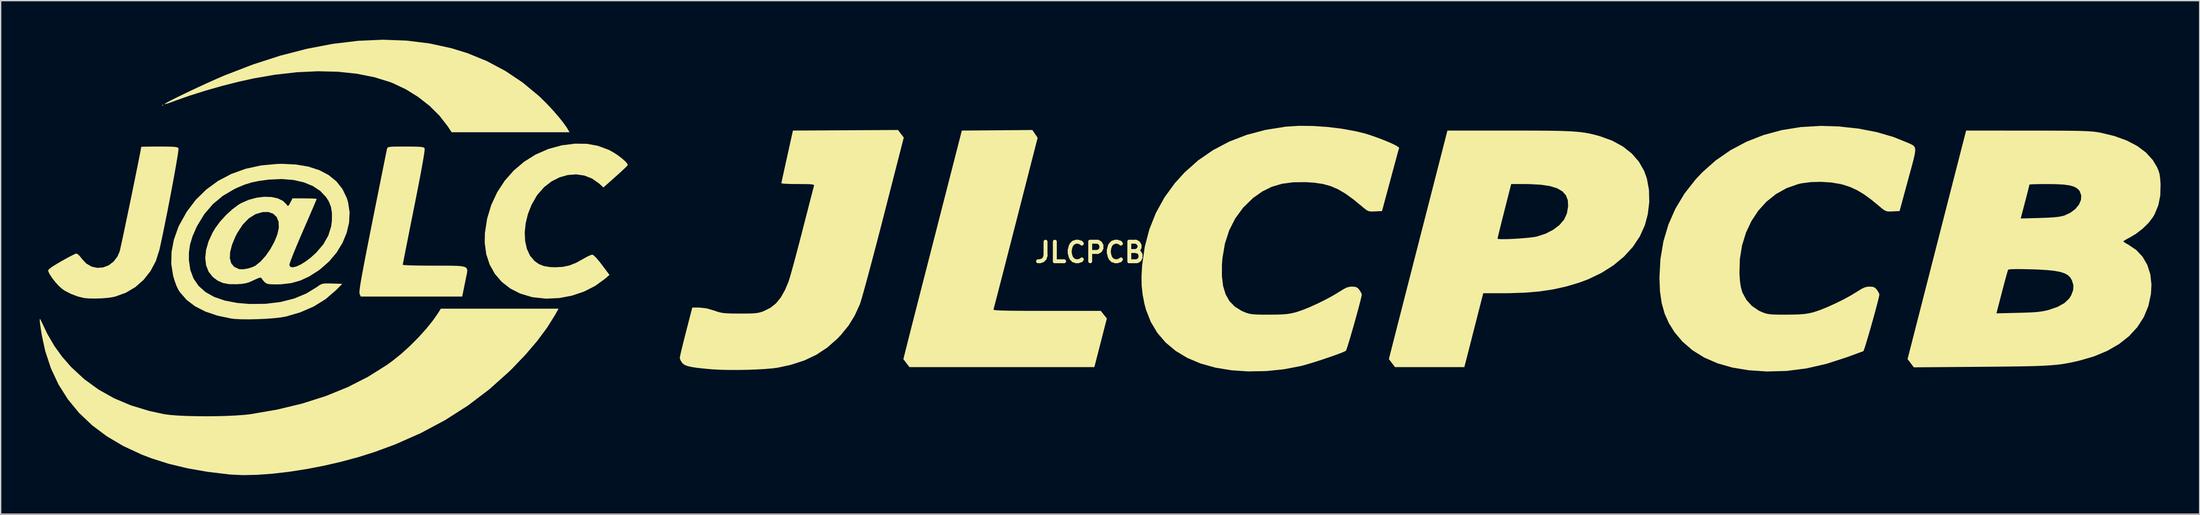
<source format=kicad_pcb>
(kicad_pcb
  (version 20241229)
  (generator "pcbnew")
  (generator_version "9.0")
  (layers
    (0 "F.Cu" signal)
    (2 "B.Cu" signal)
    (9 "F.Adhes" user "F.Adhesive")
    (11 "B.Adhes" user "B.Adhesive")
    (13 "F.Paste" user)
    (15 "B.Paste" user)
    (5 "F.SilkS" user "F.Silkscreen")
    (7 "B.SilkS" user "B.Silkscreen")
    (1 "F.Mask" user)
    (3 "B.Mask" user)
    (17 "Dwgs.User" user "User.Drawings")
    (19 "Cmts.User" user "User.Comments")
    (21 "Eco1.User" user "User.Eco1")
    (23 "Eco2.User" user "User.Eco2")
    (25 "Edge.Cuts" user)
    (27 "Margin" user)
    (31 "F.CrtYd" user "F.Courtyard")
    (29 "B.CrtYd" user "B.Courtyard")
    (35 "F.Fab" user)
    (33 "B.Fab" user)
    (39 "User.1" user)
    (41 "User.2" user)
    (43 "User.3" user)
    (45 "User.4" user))
  (footprint "JLCPCB"
    (layer "F.Cu")
    (at 80.555 16.33)
    (property "Reference" "JLCPCB" (at 0 0 0) (layer "F.SilkS") (effects (font (size 1.5 1.5) (thickness 0.3))))
    (attr board_only exclude_from_pos_files exclude_from_bom)
    (fp_poly (pts (xy -71.078 -11.303) (xy -71.12 -11.261) (xy -71.162 -11.303) (xy -71.12 -11.345)) (stroke (width 0) (type solid)) (fill yes) (layer "F.SilkS"))
    (fp_poly (pts (xy -4.2 -9.1) (xy -3.997 -8.802) (xy -5.672 -2.263) (xy -5.934 -1.24) (xy -6.184 -0.264) (xy -6.42 0.653) (xy -6.637 1.499) (xy -6.834 2.261) (xy -7.005 2.925) (xy -7.149 3.481) (xy -7.262 3.914) (xy -7.34 4.213) (xy -7.381 4.365) (xy -7.386 4.381) (xy -7.364 4.407) (xy -7.267 4.428) (xy -7.086 4.445) (xy -6.808 4.459) (xy -6.422 4.469) (xy -5.915 4.477) (xy -5.278 4.483) (xy -4.497 4.486) (xy -3.561 4.487) (xy -3.29 4.487) (xy 0.847 4.487) (xy 1.079 4.779) (xy 1.312 5.071) (xy 0.833 6.938) (xy 0.353 8.805) (xy -6.741 8.805) (xy -13.834 8.805) (xy -14.067 8.5) (xy -14.3 8.195) (xy -13.999 6.997) (xy -13.911 6.649) (xy -13.787 6.163) (xy -13.635 5.562) (xy -13.459 4.874) (xy -13.267 4.123) (xy -13.066 3.335) (xy -12.861 2.534) (xy -12.797 2.286) (xy -12.575 1.422) (xy -12.322 0.434) (xy -12.047 -0.638) (xy -11.761 -1.754) (xy -11.475 -2.873) (xy -11.197 -3.957) (xy -10.939 -4.964) (xy -10.855 -5.292) (xy -9.814 -9.356) (xy -7.108 -9.377) (xy -4.403 -9.399)) (stroke (width 0) (type solid)) (fill yes) (layer "F.SilkS"))
    (fp_poly (pts (xy -52.412 -16.263) (xy -50.655 -16.045) (xy -48.968 -15.677) (xy -47.744 -15.3) (xy -46.257 -14.692) (xy -44.837 -13.936) (xy -43.504 -13.043) (xy -42.275 -12.023) (xy -42.108 -11.866) (xy -41.643 -11.405) (xy -41.185 -10.914) (xy -40.76 -10.426) (xy -40.398 -9.974) (xy -40.126 -9.591) (xy -40.064 -9.49) (xy -39.911 -9.229) (xy -44.433 -9.229) (xy -48.956 -9.229) (xy -49.263 -9.692) (xy -49.888 -10.497) (xy -50.651 -11.253) (xy -51.523 -11.937) (xy -52.475 -12.527) (xy -53.479 -13.002) (xy -53.674 -13.078) (xy -54.896 -13.455) (xy -56.234 -13.72) (xy -57.675 -13.872) (xy -59.208 -13.91) (xy -60.822 -13.834) (xy -62.506 -13.643) (xy -64.093 -13.37) (xy -65.295 -13.106) (xy -66.558 -12.786) (xy -67.827 -12.425) (xy -69.047 -12.04) (xy -70.161 -11.647) (xy -70.31 -11.59) (xy -70.609 -11.482) (xy -70.842 -11.41) (xy -70.969 -11.386) (xy -70.98 -11.389) (xy -70.923 -11.438) (xy -70.732 -11.547) (xy -70.429 -11.706) (xy -70.034 -11.904) (xy -69.567 -12.131) (xy -69.051 -12.378) (xy -68.506 -12.635) (xy -67.953 -12.891) (xy -67.413 -13.136) (xy -66.906 -13.362) (xy -66.453 -13.556) (xy -66.357 -13.597) (xy -64.214 -14.424) (xy -62.115 -15.103) (xy -60.064 -15.633) (xy -58.065 -16.015) (xy -56.12 -16.247) (xy -54.235 -16.33)) (stroke (width 0) (type solid)) (fill yes) (layer "F.SilkS"))
    (fp_poly (pts (xy -51.963 -8.126) (xy -51.583 -8.118) (xy -51.323 -8.102) (xy -51.159 -8.075) (xy -51.068 -8.036) (xy -51.03 -7.994) (xy -51.027 -7.875) (xy -51.062 -7.591) (xy -51.133 -7.145) (xy -51.24 -6.537) (xy -51.383 -5.768) (xy -51.562 -4.84) (xy -51.776 -3.754) (xy -51.83 -3.487) (xy -51.997 -2.65) (xy -52.154 -1.863) (xy -52.297 -1.142) (xy -52.424 -0.502) (xy -52.531 0.041) (xy -52.615 0.471) (xy -52.673 0.773) (xy -52.702 0.931) (xy -52.705 0.951) (xy -52.624 0.968) (xy -52.395 0.983) (xy -52.04 0.996) (xy -51.579 1.006) (xy -51.036 1.013) (xy -50.43 1.016) (xy -50.347 1.016) (xy -49.602 1.016) (xy -49.009 1.019) (xy -48.553 1.031) (xy -48.217 1.057) (xy -47.986 1.103) (xy -47.843 1.174) (xy -47.771 1.276) (xy -47.756 1.414) (xy -47.779 1.594) (xy -47.826 1.82) (xy -47.835 1.863) (xy -47.914 2.251) (xy -47.998 2.663) (xy -48.046 2.9) (xy -48.145 3.387) (xy -52.035 3.387) (xy -55.926 3.387) (xy -56.016 3.189) (xy -56.029 3.119) (xy -56.026 2.988) (xy -56.006 2.788) (xy -55.966 2.505) (xy -55.904 2.131) (xy -55.819 1.653) (xy -55.709 1.062) (xy -55.572 0.345) (xy -55.405 -0.507) (xy -55.208 -1.506) (xy -55.034 -2.378) (xy -54.848 -3.312) (xy -54.67 -4.2) (xy -54.504 -5.028) (xy -54.353 -5.781) (xy -54.22 -6.445) (xy -54.107 -7.005) (xy -54.018 -7.448) (xy -53.955 -7.757) (xy -53.921 -7.919) (xy -53.917 -7.938) (xy -53.895 -8.008) (xy -53.852 -8.059) (xy -53.761 -8.092) (xy -53.599 -8.113) (xy -53.34 -8.124) (xy -52.959 -8.127) (xy -52.488 -8.128)) (stroke (width 0) (type solid)) (fill yes) (layer "F.SilkS"))
    (fp_poly (pts (xy -38.582 -8.339) (xy -37.735 -8.185) (xy -36.92 -7.882) (xy -36.823 -7.835) (xy -36.509 -7.66) (xy -36.189 -7.447) (xy -35.892 -7.22) (xy -35.649 -7.005) (xy -35.489 -6.825) (xy -35.444 -6.707) (xy -35.445 -6.704) (xy -35.516 -6.62) (xy -35.691 -6.448) (xy -35.947 -6.208) (xy -36.259 -5.924) (xy -36.393 -5.805) (xy -37.31 -4.989) (xy -37.652 -5.298) (xy -38.186 -5.673) (xy -38.777 -5.903) (xy -39.404 -5.992) (xy -40.047 -5.943) (xy -40.683 -5.762) (xy -41.292 -5.453) (xy -41.852 -5.019) (xy -42.343 -4.466) (xy -42.448 -4.317) (xy -42.825 -3.651) (xy -43.101 -2.95) (xy -43.276 -2.238) (xy -43.348 -1.538) (xy -43.317 -0.875) (xy -43.182 -0.272) (xy -42.943 0.247) (xy -42.6 0.655) (xy -42.259 0.897) (xy -41.871 1.049) (xy -41.393 1.126) (xy -40.979 1.14) (xy -40.421 1.108) (xy -39.918 1) (xy -39.412 0.799) (xy -38.877 0.505) (xy -38.589 0.343) (xy -38.34 0.224) (xy -38.18 0.17) (xy -38.166 0.169) (xy -38.042 0.239) (xy -37.842 0.438) (xy -37.58 0.751) (xy -37.429 0.948) (xy -36.846 1.726) (xy -37.177 2.014) (xy -37.94 2.569) (xy -38.804 3.008) (xy -39.739 3.322) (xy -40.716 3.505) (xy -41.707 3.549) (xy -42.684 3.448) (xy -42.841 3.416) (xy -43.707 3.155) (xy -44.466 2.765) (xy -45.113 2.259) (xy -45.639 1.645) (xy -46.037 0.935) (xy -46.299 0.139) (xy -46.417 -0.733) (xy -46.404 -1.482) (xy -46.232 -2.598) (xy -45.915 -3.647) (xy -45.461 -4.619) (xy -44.884 -5.503) (xy -44.192 -6.287) (xy -43.396 -6.962) (xy -42.508 -7.517) (xy -41.537 -7.942) (xy -40.495 -8.225) (xy -39.497 -8.351)) (stroke (width 0) (type solid)) (fill yes) (layer "F.SilkS"))
    (fp_poly (pts (xy -41.024 4.805) (xy -41.632 5.778) (xy -42.39 6.796) (xy -43.286 7.847) (xy -44.311 8.919) (xy -44.543 9.147) (xy -46.066 10.511) (xy -47.698 11.75) (xy -49.441 12.866) (xy -51.299 13.86) (xy -53.274 14.734) (xy -54.86 15.321) (xy -56.109 15.714) (xy -57.415 16.067) (xy -58.751 16.375) (xy -60.093 16.634) (xy -61.413 16.84) (xy -62.686 16.988) (xy -63.886 17.075) (xy -64.986 17.098) (xy -65.961 17.051) (xy -65.998 17.047) (xy -67.675 16.846) (xy -69.217 16.576) (xy -70.645 16.233) (xy -71.978 15.81) (xy -72.729 15.523) (xy -74.137 14.869) (xy -75.409 14.117) (xy -76.543 13.267) (xy -77.54 12.32) (xy -78.398 11.276) (xy -79.117 10.138) (xy -79.695 8.905) (xy -80.133 7.579) (xy -80.39 6.396) (xy -80.457 5.989) (xy -80.51 5.629) (xy -80.545 5.358) (xy -80.555 5.22) (xy -80.544 5.103) (xy -80.51 5.132) (xy -80.456 5.249) (xy -79.96 6.281) (xy -79.433 7.184) (xy -78.847 7.998) (xy -78.176 8.766) (xy -78.131 8.813) (xy -77.135 9.735) (xy -76.046 10.528) (xy -74.858 11.196) (xy -73.562 11.743) (xy -72.151 12.171) (xy -71.035 12.414) (xy -70.595 12.474) (xy -70.018 12.521) (xy -69.336 12.554) (xy -68.581 12.574) (xy -67.785 12.58) (xy -66.981 12.573) (xy -66.2 12.552) (xy -65.474 12.517) (xy -64.835 12.47) (xy -64.389 12.419) (xy -62.348 12.068) (xy -60.421 11.604) (xy -58.611 11.028) (xy -56.923 10.34) (xy -55.358 9.542) (xy -53.92 8.636) (xy -53.476 8.314) (xy -52.827 7.791) (xy -52.161 7.186) (xy -51.511 6.534) (xy -50.911 5.87) (xy -50.393 5.228) (xy -50.028 4.705) (xy -49.784 4.318) (xy -45.267 4.318) (xy -40.751 4.318)) (stroke (width 0) (type solid)) (fill yes) (layer "F.SilkS"))
    (fp_poly (pts (xy -70.851 -8.126) (xy -70.469 -8.118) (xy -70.207 -8.102) (xy -70.043 -8.076) (xy -69.95 -8.037) (xy -69.91 -7.994) (xy -69.912 -7.889) (xy -69.945 -7.637) (xy -70.004 -7.257) (xy -70.087 -6.769) (xy -70.188 -6.192) (xy -70.306 -5.544) (xy -70.436 -4.845) (xy -70.575 -4.114) (xy -70.719 -3.37) (xy -70.865 -2.632) (xy -71.008 -1.92) (xy -71.146 -1.252) (xy -71.275 -0.648) (xy -71.378 -0.185) (xy -71.651 0.667) (xy -72.059 1.435) (xy -72.588 2.105) (xy -73.223 2.663) (xy -73.951 3.095) (xy -74.757 3.387) (xy -74.948 3.431) (xy -75.333 3.489) (xy -75.811 3.527) (xy -76.318 3.542) (xy -76.79 3.534) (xy -77.161 3.5) (xy -77.174 3.498) (xy -77.665 3.374) (xy -78.178 3.177) (xy -78.638 2.939) (xy -78.825 2.812) (xy -79.086 2.58) (xy -79.361 2.277) (xy -79.615 1.951) (xy -79.811 1.648) (xy -79.911 1.423) (xy -79.89 1.342) (xy -79.778 1.229) (xy -79.56 1.073) (xy -79.217 0.861) (xy -78.912 0.682) (xy -78.528 0.466) (xy -78.189 0.285) (xy -77.924 0.154) (xy -77.764 0.089) (xy -77.74 0.085) (xy -77.621 0.15) (xy -77.456 0.318) (xy -77.337 0.474) (xy -76.99 0.851) (xy -76.583 1.087) (xy -76.145 1.185) (xy -75.7 1.153) (xy -75.275 0.993) (xy -74.898 0.711) (xy -74.594 0.312) (xy -74.433 -0.052) (xy -74.399 -0.185) (xy -74.337 -0.461) (xy -74.249 -0.86) (xy -74.142 -1.361) (xy -74.018 -1.946) (xy -73.883 -2.592) (xy -73.739 -3.282) (xy -73.591 -3.993) (xy -73.444 -4.707) (xy -73.302 -5.403) (xy -73.168 -6.062) (xy -73.047 -6.662) (xy -72.943 -7.184) (xy -72.859 -7.608) (xy -72.802 -7.914) (xy -72.773 -8.082) (xy -72.771 -8.104) (xy -72.691 -8.112) (xy -72.47 -8.119) (xy -72.135 -8.124) (xy -71.714 -8.127) (xy -71.378 -8.128)) (stroke (width 0) (type solid)) (fill yes) (layer "F.SilkS"))
    (fp_poly (pts (xy 33.29 -9.355) (xy 34.248 -9.352) (xy 35.07 -9.346) (xy 35.769 -9.336) (xy 36.364 -9.321) (xy 36.869 -9.299) (xy 37.3 -9.27) (xy 37.674 -9.234) (xy 38.007 -9.188) (xy 38.314 -9.132) (xy 38.612 -9.064) (xy 38.916 -8.985) (xy 39.155 -8.917) (xy 40.084 -8.58) (xy 40.893 -8.139) (xy 41.575 -7.602) (xy 42.124 -6.974) (xy 42.532 -6.261) (xy 42.743 -5.673) (xy 42.903 -4.796) (xy 42.926 -3.867) (xy 42.812 -2.928) (xy 42.588 -2.088) (xy 42.203 -1.231) (xy 41.667 -0.426) (xy 40.99 0.316) (xy 40.184 0.986) (xy 39.261 1.572) (xy 38.233 2.066) (xy 37.55 2.319) (xy 36.567 2.612) (xy 35.573 2.834) (xy 34.533 2.992) (xy 33.412 3.089) (xy 32.175 3.13) (xy 31.757 3.133) (xy 30.19 3.133) (xy 30.108 3.45) (xy 30.065 3.616) (xy 29.987 3.921) (xy 29.88 4.339) (xy 29.751 4.845) (xy 29.606 5.413) (xy 29.464 5.969) (xy 29.311 6.572) (xy 29.167 7.135) (xy 29.039 7.635) (xy 28.934 8.045) (xy 28.859 8.34) (xy 28.82 8.488) (xy 28.738 8.805) (xy 26.078 8.805) (xy 23.419 8.805) (xy 23.184 8.497) (xy 22.949 8.189) (xy 23.577 5.724) (xy 23.704 5.228) (xy 23.868 4.588) (xy 24.063 3.823) (xy 24.286 2.954) (xy 24.53 2.002) (xy 24.79 0.984) (xy 25.062 -0.077) (xy 25.313 -1.056) (xy 31.284 -1.056) (xy 31.363 -1.029) (xy 31.579 -1.018) (xy 31.899 -1.019) (xy 32.293 -1.032) (xy 32.727 -1.055) (xy 33.171 -1.085) (xy 33.592 -1.122) (xy 33.958 -1.163) (xy 34.238 -1.207) (xy 34.312 -1.223) (xy 34.978 -1.441) (xy 35.561 -1.742) (xy 36.04 -2.108) (xy 36.393 -2.523) (xy 36.6 -2.971) (xy 36.608 -3.002) (xy 36.701 -3.544) (xy 36.678 -4.003) (xy 36.534 -4.383) (xy 36.263 -4.688) (xy 35.858 -4.922) (xy 35.313 -5.09) (xy 34.622 -5.196) (xy 33.779 -5.244) (xy 33.396 -5.249) (xy 32.333 -5.249) (xy 31.809 -3.185) (xy 31.665 -2.618) (xy 31.537 -2.105) (xy 31.429 -1.67) (xy 31.347 -1.335) (xy 31.298 -1.122) (xy 31.284 -1.056) (xy 25.313 -1.056) (xy 25.34 -1.163) (xy 25.62 -2.253) (xy 25.824 -3.048) (xy 27.441 -9.356) (xy 32.178 -9.356)) (stroke (width 0) (type solid)) (fill yes) (layer "F.SilkS"))
    (fp_poly (pts (xy -14.49 -9.109) (xy -14.268 -8.819) (xy -15.826 -2.737) (xy -16.084 -1.734) (xy -16.336 -0.765) (xy -16.578 0.156) (xy -16.805 1.013) (xy -17.014 1.792) (xy -17.2 2.478) (xy -17.361 3.057) (xy -17.491 3.515) (xy -17.588 3.835) (xy -17.641 3.993) (xy -18.037 4.858) (xy -18.505 5.617) (xy -19.083 6.328) (xy -19.389 6.646) (xy -20.146 7.311) (xy -20.974 7.857) (xy -21.894 8.293) (xy -22.925 8.629) (xy -23.918 8.845) (xy -24.347 8.903) (xy -24.907 8.95) (xy -25.561 8.987) (xy -26.272 9.013) (xy -27.002 9.025) (xy -27.713 9.024) (xy -28.368 9.009) (xy -28.93 8.978) (xy -28.984 8.974) (xy -29.655 8.913) (xy -30.178 8.854) (xy -30.574 8.792) (xy -30.864 8.722) (xy -31.069 8.64) (xy -31.211 8.542) (xy -31.263 8.486) (xy -31.393 8.288) (xy -31.453 8.115) (xy -31.453 8.104) (xy -31.433 7.981) (xy -31.376 7.72) (xy -31.287 7.346) (xy -31.175 6.885) (xy -31.043 6.362) (xy -30.974 6.093) (xy -30.494 4.233) (xy -29.973 4.233) (xy -29.398 4.295) (xy -28.823 4.462) (xy -28.571 4.549) (xy -28.35 4.611) (xy -28.119 4.652) (xy -27.844 4.676) (xy -27.484 4.689) (xy -27.004 4.693) (xy -26.839 4.693) (xy -26.316 4.692) (xy -25.927 4.684) (xy -25.636 4.665) (xy -25.411 4.631) (xy -25.214 4.58) (xy -25.011 4.506) (xy -24.984 4.495) (xy -24.485 4.242) (xy -24.062 3.901) (xy -23.698 3.45) (xy -23.374 2.87) (xy -23.117 2.259) (xy -23.05 2.054) (xy -22.947 1.707) (xy -22.815 1.238) (xy -22.659 0.669) (xy -22.486 0.021) (xy -22.3 -0.685) (xy -22.107 -1.427) (xy -22.057 -1.624) (xy -21.87 -2.352) (xy -21.696 -3.032) (xy -21.538 -3.647) (xy -21.401 -4.177) (xy -21.29 -4.604) (xy -21.21 -4.911) (xy -21.166 -5.078) (xy -21.159 -5.101) (xy -21.153 -5.158) (xy -21.193 -5.198) (xy -21.302 -5.225) (xy -21.505 -5.24) (xy -21.824 -5.247) (xy -22.285 -5.249) (xy -22.389 -5.249) (xy -22.831 -5.253) (xy -23.206 -5.264) (xy -23.485 -5.281) (xy -23.639 -5.301) (xy -23.659 -5.313) (xy -23.64 -5.41) (xy -23.59 -5.649) (xy -23.512 -6.006) (xy -23.413 -6.458) (xy -23.298 -6.981) (xy -23.213 -7.366) (xy -22.771 -9.356) (xy -18.741 -9.378) (xy -14.711 -9.4)) (stroke (width 0) (type solid)) (fill yes) (layer "F.SilkS"))
    (fp_poly (pts (xy 57.468 -9.671) (xy 58.987 -9.505) (xy 60.38 -9.236) (xy 61.656 -8.863) (xy 62.647 -8.465) (xy 62.878 -8.364) (xy 63.061 -8.28) (xy 63.196 -8.195) (xy 63.284 -8.09) (xy 63.327 -7.945) (xy 63.324 -7.741) (xy 63.277 -7.458) (xy 63.188 -7.078) (xy 63.056 -6.581) (xy 62.883 -5.948) (xy 62.785 -5.588) (xy 62.13 -3.175) (xy 61.599 -3.15) (xy 61.322 -3.141) (xy 61.13 -3.162) (xy 60.964 -3.236) (xy 60.767 -3.383) (xy 60.591 -3.533) (xy 59.951 -4.059) (xy 59.384 -4.47) (xy 58.859 -4.784) (xy 58.344 -5.02) (xy 57.808 -5.196) (xy 57.615 -5.245) (xy 56.894 -5.369) (xy 56.108 -5.42) (xy 55.323 -5.399) (xy 54.601 -5.305) (xy 54.365 -5.252) (xy 53.468 -4.938) (xy 52.651 -4.483) (xy 51.921 -3.9) (xy 51.287 -3.201) (xy 50.758 -2.398) (xy 50.341 -1.505) (xy 50.044 -0.532) (xy 49.876 0.506) (xy 49.846 1.598) (xy 49.848 1.651) (xy 49.883 2.192) (xy 49.944 2.614) (xy 50.037 2.97) (xy 50.079 3.09) (xy 50.373 3.636) (xy 50.799 4.106) (xy 51.327 4.469) (xy 51.572 4.582) (xy 51.773 4.657) (xy 51.963 4.711) (xy 52.177 4.746) (xy 52.448 4.766) (xy 52.811 4.776) (xy 53.3 4.777) (xy 53.467 4.777) (xy 54.036 4.771) (xy 54.476 4.756) (xy 54.825 4.728) (xy 55.125 4.684) (xy 55.415 4.619) (xy 55.541 4.585) (xy 55.999 4.434) (xy 56.553 4.212) (xy 57.158 3.94) (xy 57.768 3.64) (xy 58.339 3.333) (xy 58.824 3.04) (xy 58.857 3.019) (xy 59.191 2.811) (xy 59.444 2.689) (xy 59.664 2.634) (xy 59.832 2.625) (xy 60.092 2.644) (xy 60.26 2.724) (xy 60.394 2.875) (xy 60.517 3.068) (xy 60.578 3.216) (xy 60.579 3.231) (xy 60.557 3.365) (xy 60.496 3.627) (xy 60.403 3.992) (xy 60.286 4.433) (xy 60.152 4.925) (xy 60.008 5.441) (xy 59.862 5.954) (xy 59.721 6.44) (xy 59.593 6.871) (xy 59.484 7.222) (xy 59.403 7.467) (xy 59.356 7.579) (xy 59.351 7.583) (xy 59.245 7.621) (xy 59.011 7.706) (xy 58.679 7.828) (xy 58.281 7.975) (xy 58.112 8.037) (xy 56.535 8.549) (xy 54.994 8.903) (xy 53.472 9.099) (xy 51.954 9.141) (xy 50.546 9.046) (xy 49.298 8.839) (xy 48.164 8.514) (xy 47.146 8.073) (xy 46.247 7.516) (xy 45.471 6.846) (xy 44.865 6.127) (xy 44.429 5.429) (xy 44.102 4.691) (xy 43.877 3.886) (xy 43.748 2.987) (xy 43.706 1.966) (xy 43.706 1.947) (xy 43.782 0.513) (xy 44.012 -0.85) (xy 44.395 -2.14) (xy 44.932 -3.36) (xy 45.623 -4.51) (xy 46.468 -5.59) (xy 46.988 -6.144) (xy 48.019 -7.06) (xy 49.153 -7.845) (xy 50.381 -8.498) (xy 51.695 -9.013) (xy 53.087 -9.39) (xy 54.548 -9.625) (xy 56.069 -9.715)) (stroke (width 0) (type solid)) (fill yes) (layer "F.SilkS"))
    (fp_poly (pts (xy 17.11 -9.709) (xy 18.229 -9.634) (xy 19.345 -9.497) (xy 20.407 -9.303) (xy 21.082 -9.139) (xy 21.463 -9.023) (xy 21.905 -8.87) (xy 22.368 -8.698) (xy 22.811 -8.521) (xy 23.191 -8.356) (xy 23.468 -8.219) (xy 23.541 -8.176) (xy 23.736 -8.048) (xy 23.478 -7.093) (xy 23.365 -6.676) (xy 23.223 -6.149) (xy 23.066 -5.565) (xy 22.908 -4.977) (xy 22.821 -4.657) (xy 22.423 -3.175) (xy 21.891 -3.15) (xy 21.614 -3.141) (xy 21.421 -3.162) (xy 21.256 -3.236) (xy 21.059 -3.383) (xy 20.882 -3.533) (xy 20.204 -4.089) (xy 19.598 -4.525) (xy 19.031 -4.856) (xy 18.471 -5.094) (xy 17.884 -5.255) (xy 17.239 -5.352) (xy 16.583 -5.396) (xy 15.606 -5.386) (xy 14.739 -5.269) (xy 13.958 -5.036) (xy 13.237 -4.68) (xy 12.55 -4.193) (xy 12.505 -4.155) (xy 11.766 -3.434) (xy 11.163 -2.612) (xy 10.698 -1.692) (xy 10.37 -0.675) (xy 10.181 0.437) (xy 10.142 0.947) (xy 10.14 1.835) (xy 10.233 2.589) (xy 10.425 3.221) (xy 10.721 3.741) (xy 11.127 4.158) (xy 11.647 4.484) (xy 11.889 4.591) (xy 12.083 4.663) (xy 12.274 4.714) (xy 12.496 4.747) (xy 12.781 4.767) (xy 13.164 4.776) (xy 13.678 4.778) (xy 13.758 4.778) (xy 14.323 4.773) (xy 14.758 4.759) (xy 15.103 4.733) (xy 15.398 4.69) (xy 15.682 4.627) (xy 15.833 4.587) (xy 16.292 4.434) (xy 16.847 4.211) (xy 17.453 3.938) (xy 18.064 3.637) (xy 18.634 3.33) (xy 19.118 3.038) (xy 19.148 3.019) (xy 19.483 2.811) (xy 19.735 2.689) (xy 19.956 2.634) (xy 20.123 2.625) (xy 20.383 2.644) (xy 20.551 2.724) (xy 20.685 2.875) (xy 20.808 3.069) (xy 20.869 3.218) (xy 20.87 3.233) (xy 20.848 3.366) (xy 20.787 3.629) (xy 20.693 3.995) (xy 20.576 4.438) (xy 20.441 4.93) (xy 20.297 5.446) (xy 20.151 5.959) (xy 20.011 6.442) (xy 19.883 6.87) (xy 19.776 7.215) (xy 19.697 7.451) (xy 19.654 7.551) (xy 19.652 7.552) (xy 19.487 7.633) (xy 19.192 7.752) (xy 18.797 7.897) (xy 18.334 8.059) (xy 17.836 8.227) (xy 17.333 8.39) (xy 16.857 8.537) (xy 16.441 8.657) (xy 16.189 8.723) (xy 14.893 8.972) (xy 13.526 9.111) (xy 12.145 9.135) (xy 10.88 9.05) (xy 9.633 8.846) (xy 8.5 8.527) (xy 7.486 8.099) (xy 6.593 7.562) (xy 5.826 6.921) (xy 5.188 6.178) (xy 4.683 5.336) (xy 4.314 4.398) (xy 4.194 3.945) (xy 4.057 3.237) (xy 3.983 2.559) (xy 3.971 1.85) (xy 4.015 1.047) (xy 4.021 0.978) (xy 4.222 -0.436) (xy 4.573 -1.773) (xy 5.075 -3.032) (xy 5.727 -4.214) (xy 6.529 -5.317) (xy 7.279 -6.144) (xy 8.316 -7.066) (xy 9.456 -7.853) (xy 10.697 -8.507) (xy 12.038 -9.025) (xy 13.477 -9.407) (xy 15.012 -9.652) (xy 15.071 -9.658) (xy 16.04 -9.719)) (stroke (width 0) (type solid)) (fill yes) (layer "F.SilkS"))
    (fp_poly (pts (xy 71.972 -9.353) (xy 73.01 -9.352) (xy 73.895 -9.35) (xy 74.641 -9.346) (xy 75.265 -9.34) (xy 75.78 -9.332) (xy 76.203 -9.321) (xy 76.549 -9.306) (xy 76.834 -9.288) (xy 77.073 -9.266) (xy 77.28 -9.239) (xy 77.473 -9.207) (xy 77.512 -9.199) (xy 78.594 -8.941) (xy 79.543 -8.599) (xy 80.355 -8.177) (xy 81.025 -7.676) (xy 81.55 -7.1) (xy 81.874 -6.562) (xy 81.993 -6.289) (xy 82.07 -6.033) (xy 82.117 -5.737) (xy 82.146 -5.346) (xy 82.153 -5.19) (xy 82.129 -4.359) (xy 81.981 -3.62) (xy 81.701 -2.942) (xy 81.565 -2.705) (xy 81.231 -2.266) (xy 80.782 -1.827) (xy 80.269 -1.431) (xy 79.825 -1.165) (xy 79.563 -1.024) (xy 79.372 -0.911) (xy 79.291 -0.849) (xy 79.291 -0.847) (xy 79.359 -0.787) (xy 79.533 -0.678) (xy 79.685 -0.594) (xy 80.295 -0.181) (xy 80.781 0.344) (xy 81.14 0.968) (xy 81.366 1.679) (xy 81.454 2.466) (xy 81.414 3.198) (xy 81.218 4.112) (xy 80.87 4.958) (xy 80.376 5.73) (xy 79.741 6.423) (xy 78.969 7.034) (xy 78.068 7.555) (xy 77.041 7.984) (xy 75.954 8.3) (xy 75.582 8.387) (xy 75.237 8.461) (xy 74.904 8.524) (xy 74.564 8.578) (xy 74.204 8.623) (xy 73.806 8.659) (xy 73.355 8.689) (xy 72.835 8.713) (xy 72.229 8.732) (xy 71.521 8.747) (xy 70.696 8.759) (xy 69.738 8.77) (xy 68.629 8.779) (xy 68.358 8.782) (xy 63.225 8.822) (xy 62.984 8.506) (xy 62.742 8.189) (xy 63.449 5.428) (xy 63.635 4.703) (xy 63.641 4.678) (xy 69.561 4.678) (xy 71.229 4.638) (xy 71.852 4.621) (xy 72.34 4.599) (xy 72.726 4.569) (xy 73.045 4.528) (xy 73.33 4.474) (xy 73.604 4.405) (xy 74.269 4.173) (xy 74.781 3.885) (xy 75.144 3.537) (xy 75.29 3.305) (xy 75.446 2.896) (xy 75.464 2.524) (xy 75.36 2.163) (xy 75.235 1.938) (xy 75.054 1.755) (xy 74.8 1.61) (xy 74.457 1.498) (xy 74.006 1.414) (xy 73.431 1.354) (xy 72.715 1.313) (xy 72.212 1.296) (xy 71.59 1.282) (xy 71.092 1.279) (xy 70.729 1.288) (xy 70.514 1.308) (xy 70.459 1.329) (xy 70.423 1.433) (xy 70.352 1.674) (xy 70.254 2.028) (xy 70.136 2.466) (xy 70.005 2.963) (xy 69.984 3.045) (xy 69.561 4.678) (xy 63.641 4.678) (xy 63.852 3.852) (xy 64.092 2.914) (xy 64.344 1.929) (xy 64.598 0.935) (xy 64.845 -0.029) (xy 65.074 -0.924) (xy 65.076 -0.931) (xy 65.299 -1.805) (xy 65.504 -2.606) (xy 71.424 -2.606) (xy 72.881 -2.645) (xy 73.501 -2.667) (xy 73.98 -2.697) (xy 74.345 -2.737) (xy 74.623 -2.79) (xy 74.776 -2.835) (xy 75.241 -3.051) (xy 75.616 -3.335) (xy 75.888 -3.666) (xy 76.044 -4.019) (xy 76.068 -4.372) (xy 75.949 -4.7) (xy 75.899 -4.77) (xy 75.727 -4.934) (xy 75.487 -5.059) (xy 75.159 -5.149) (xy 74.723 -5.208) (xy 74.158 -5.24) (xy 73.475 -5.249) (xy 73.013 -5.247) (xy 72.617 -5.241) (xy 72.314 -5.231) (xy 72.133 -5.22) (xy 72.094 -5.211) (xy 72.073 -5.119) (xy 72.017 -4.893) (xy 71.933 -4.561) (xy 71.827 -4.152) (xy 71.759 -3.889) (xy 71.424 -2.606) (xy 65.504 -2.606) (xy 65.536 -2.73) (xy 65.777 -3.671) (xy 66.013 -4.592) (xy 66.235 -5.459) (xy 66.434 -6.235) (xy 66.601 -6.886) (xy 66.616 -6.943) (xy 67.235 -9.356)) (stroke (width 0) (type solid)) (fill yes) (layer "F.SilkS"))
    (fp_poly (pts (xy -60.905 -6.75) (xy -59.947 -6.588) (xy -59.107 -6.316) (xy -58.388 -5.937) (xy -57.795 -5.453) (xy -57.331 -4.866) (xy -57 -4.179) (xy -56.899 -3.849) (xy -56.784 -3.082) (xy -56.824 -2.292) (xy -57.01 -1.499) (xy -57.333 -0.724) (xy -57.783 0.013) (xy -58.353 0.69) (xy -59.033 1.289) (xy -59.174 1.392) (xy -59.886 1.845) (xy -60.568 2.162) (xy -61.264 2.357) (xy -62.021 2.445) (xy -62.382 2.454) (xy -62.75 2.45) (xy -62.992 2.431) (xy -63.15 2.387) (xy -63.268 2.311) (xy -63.322 2.26) (xy -63.469 2.093) (xy -63.552 1.962) (xy -63.552 1.96) (xy -63.631 1.93) (xy -63.826 1.988) (xy -64.136 2.131) (xy -64.454 2.276) (xy -64.739 2.365) (xy -65.06 2.416) (xy -65.429 2.441) (xy -66.02 2.436) (xy -66.498 2.348) (xy -66.906 2.167) (xy -67.276 1.888) (xy -67.599 1.486) (xy -67.793 0.993) (xy -67.855 0.452) (xy -65.97 0.452) (xy -65.868 0.83) (xy -65.644 1.104) (xy -65.3 1.268) (xy -65.193 1.291) (xy -64.905 1.291) (xy -64.547 1.225) (xy -64.2 1.112) (xy -64.01 1.017) (xy -63.615 0.701) (xy -63.222 0.261) (xy -62.859 -0.261) (xy -62.553 -0.82) (xy -62.329 -1.374) (xy -62.215 -1.879) (xy -62.214 -1.886) (xy -62.231 -2.351) (xy -62.379 -2.717) (xy -62.644 -2.972) (xy -63.014 -3.102) (xy -63.434 -3.101) (xy -64 -2.939) (xy -64.516 -2.617) (xy -64.984 -2.132) (xy -65.405 -1.486) (xy -65.538 -1.228) (xy -65.806 -0.584) (xy -65.95 -0.022) (xy -65.97 0.452) (xy -67.855 0.452) (xy -67.858 0.428) (xy -67.795 -0.193) (xy -67.605 -0.852) (xy -67.29 -1.532) (xy -67.084 -1.875) (xy -66.715 -2.373) (xy -66.266 -2.866) (xy -65.78 -3.312) (xy -65.302 -3.667) (xy -65.088 -3.793) (xy -64.513 -4.042) (xy -63.918 -4.202) (xy -63.331 -4.272) (xy -62.779 -4.255) (xy -62.292 -4.149) (xy -61.898 -3.957) (xy -61.645 -3.71) (xy -61.554 -3.592) (xy -61.488 -3.575) (xy -61.41 -3.677) (xy -61.307 -3.873) (xy -61.167 -4.149) (xy -60.238 -4.149) (xy -59.864 -4.145) (xy -59.562 -4.135) (xy -59.367 -4.121) (xy -59.309 -4.106) (xy -59.342 -4.021) (xy -59.434 -3.8) (xy -59.578 -3.461) (xy -59.765 -3.024) (xy -59.988 -2.508) (xy -60.239 -1.932) (xy -60.37 -1.63) (xy -60.631 -1.024) (xy -60.867 -0.463) (xy -61.071 0.034) (xy -61.233 0.447) (xy -61.347 0.754) (xy -61.403 0.937) (xy -61.407 0.974) (xy -61.322 1.112) (xy -61.133 1.144) (xy -60.862 1.078) (xy -60.529 0.926) (xy -60.156 0.695) (xy -59.761 0.395) (xy -59.366 0.037) (xy -59.338 0.009) (xy -58.795 -0.629) (xy -58.417 -1.295) (xy -58.198 -1.996) (xy -58.141 -2.458) (xy -58.139 -3.035) (xy -58.216 -3.506) (xy -58.384 -3.923) (xy -58.59 -4.248) (xy -59.038 -4.723) (xy -59.615 -5.103) (xy -60.307 -5.385) (xy -61.102 -5.563) (xy -61.984 -5.634) (xy -62.94 -5.593) (xy -62.969 -5.59) (xy -63.678 -5.499) (xy -64.279 -5.377) (xy -64.832 -5.207) (xy -65.398 -4.972) (xy -65.617 -4.869) (xy -66.5 -4.351) (xy -67.266 -3.714) (xy -67.92 -2.952) (xy -68.466 -2.061) (xy -68.534 -1.925) (xy -68.833 -1.241) (xy -69.021 -0.621) (xy -69.11 -0.013) (xy -69.114 0.589) (xy -69.005 1.345) (xy -68.756 2.006) (xy -68.367 2.572) (xy -67.839 3.043) (xy -67.172 3.417) (xy -66.367 3.695) (xy -65.424 3.877) (xy -64.474 3.957) (xy -63.237 3.946) (xy -62.093 3.808) (xy -61.048 3.544) (xy -60.107 3.156) (xy -59.303 2.662) (xy -59.105 2.522) (xy -58.946 2.436) (xy -58.776 2.392) (xy -58.545 2.379) (xy -58.203 2.386) (xy -58.122 2.389) (xy -57.348 2.413) (xy -57.842 2.913) (xy -58.629 3.591) (xy -59.54 4.154) (xy -60.574 4.603) (xy -61.674 4.923) (xy -62.073 4.992) (xy -62.596 5.05) (xy -63.201 5.095) (xy -63.844 5.124) (xy -64.482 5.138) (xy -65.071 5.133) (xy -65.568 5.109) (xy -65.857 5.077) (xy -66.922 4.854) (xy -67.85 4.54) (xy -68.639 4.137) (xy -69.287 3.646) (xy -69.791 3.068) (xy -69.933 2.847) (xy -70.057 2.586) (xy -70.191 2.228) (xy -70.309 1.843) (xy -70.327 1.772) (xy -70.465 0.886) (xy -70.445 -0.035) (xy -70.267 -0.974) (xy -69.935 -1.912) (xy -69.854 -2.091) (xy -69.278 -3.124) (xy -68.586 -4.037) (xy -67.782 -4.827) (xy -66.874 -5.49) (xy -65.867 -6.022) (xy -64.768 -6.419) (xy -63.583 -6.678) (xy -62.319 -6.795) (xy -61.976 -6.802)) (stroke (width 0) (type solid)) (fill yes) (layer "F.SilkS")))
  (gr_rect
    (start -3 -3)
    (end 165.707 36.427)
    (stroke (width 0.1) (type default))
    (fill no)
    (layer "Edge.Cuts")))
</source>
